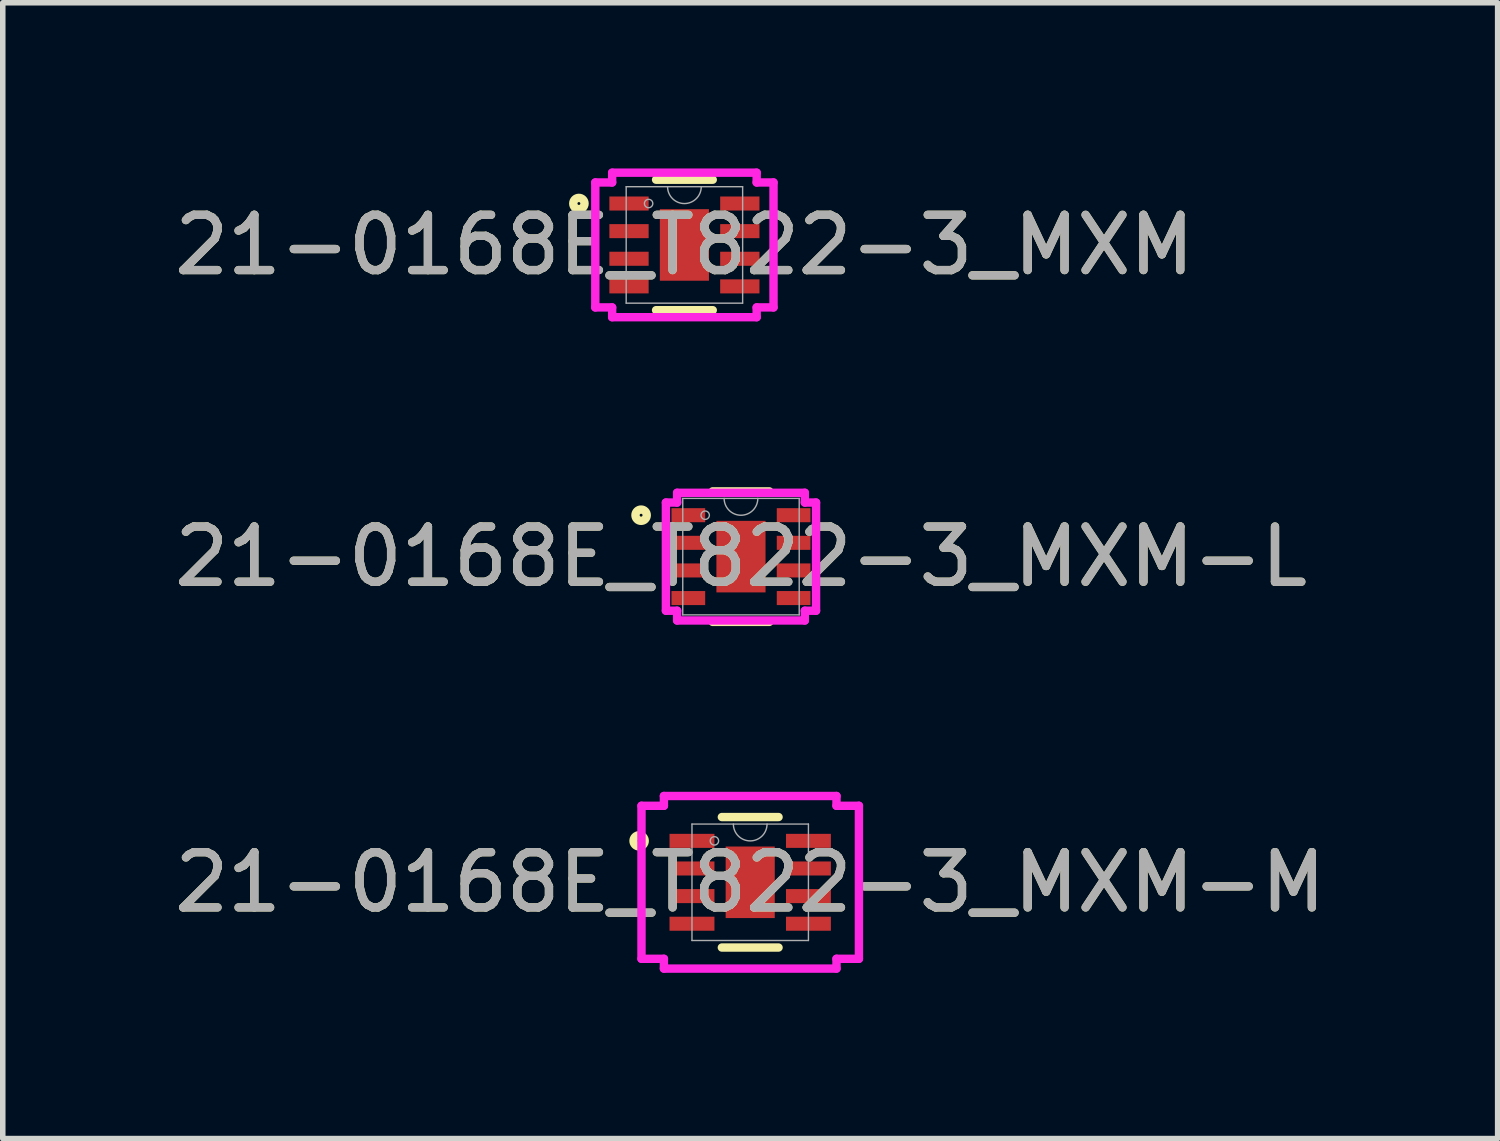
<source format=kicad_pcb>
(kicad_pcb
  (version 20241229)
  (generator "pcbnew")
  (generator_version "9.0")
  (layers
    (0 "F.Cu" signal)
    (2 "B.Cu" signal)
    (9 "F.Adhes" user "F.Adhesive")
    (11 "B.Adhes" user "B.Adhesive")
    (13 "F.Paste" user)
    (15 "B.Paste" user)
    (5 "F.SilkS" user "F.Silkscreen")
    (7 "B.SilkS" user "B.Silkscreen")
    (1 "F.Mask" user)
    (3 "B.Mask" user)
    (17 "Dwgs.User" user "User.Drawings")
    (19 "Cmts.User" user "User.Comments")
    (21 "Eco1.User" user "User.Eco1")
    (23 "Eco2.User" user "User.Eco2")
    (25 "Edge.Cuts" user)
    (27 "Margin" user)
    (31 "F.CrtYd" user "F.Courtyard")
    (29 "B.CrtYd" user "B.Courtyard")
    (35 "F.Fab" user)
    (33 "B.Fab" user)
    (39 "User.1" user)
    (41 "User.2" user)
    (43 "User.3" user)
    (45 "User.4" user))
  (footprint "21-0168E_T822-3_MXM-M"
    (layer "F.Cu")
    (at 10.53 12.921)
    (property "Reference" "21-0168E_T822-3_MXM-M" (at 0 0 0) (unlocked yes) (layer "F.SilkS") (effects (font (size 1 1) (thickness 0.15))))
    (attr smd)
    (fp_line (start -0.513 1.181) (end 0.513 1.181) (stroke (width 0.152) (type solid)) (layer "F.SilkS"))
    (fp_line (start 0.513 -1.181) (end -0.513 -1.181) (stroke (width 0.152) (type solid)) (layer "F.SilkS"))
    (fp_circle (center -2.011 -0.75) (end -1.91 -0.75) (stroke (width 0.152) (type solid)) (fill no) (layer "F.SilkS"))
    (fp_line (start -1.968 -1.385) (end -1.562 -1.385) (stroke (width 0.152) (type solid)) (layer "F.CrtYd"))
    (fp_line (start -1.968 1.385) (end -1.968 -1.385) (stroke (width 0.152) (type solid)) (layer "F.CrtYd"))
    (fp_line (start -1.968 1.385) (end -1.562 1.385) (stroke (width 0.152) (type solid)) (layer "F.CrtYd"))
    (fp_line (start -1.562 -1.562) (end 1.562 -1.562) (stroke (width 0.152) (type solid)) (layer "F.CrtYd"))
    (fp_line (start -1.562 -1.385) (end -1.562 -1.562) (stroke (width 0.152) (type solid)) (layer "F.CrtYd"))
    (fp_line (start -1.562 1.562) (end -1.562 1.385) (stroke (width 0.152) (type solid)) (layer "F.CrtYd"))
    (fp_line (start 1.562 -1.562) (end 1.562 -1.385) (stroke (width 0.152) (type solid)) (layer "F.CrtYd"))
    (fp_line (start 1.562 1.385) (end 1.562 1.562) (stroke (width 0.152) (type solid)) (layer "F.CrtYd"))
    (fp_line (start 1.562 1.562) (end -1.562 1.562) (stroke (width 0.152) (type solid)) (layer "F.CrtYd"))
    (fp_line (start 1.968 -1.385) (end 1.562 -1.385) (stroke (width 0.152) (type solid)) (layer "F.CrtYd"))
    (fp_line (start 1.968 -1.385) (end 1.968 1.385) (stroke (width 0.152) (type solid)) (layer "F.CrtYd"))
    (fp_line (start 1.968 1.385) (end 1.562 1.385) (stroke (width 0.152) (type solid)) (layer "F.CrtYd"))
    (fp_line (start -1.054 -1.054) (end -1.054 1.054) (stroke (width 0.025) (type solid)) (layer "F.Fab"))
    (fp_line (start -1.054 1.054) (end 1.054 1.054) (stroke (width 0.025) (type solid)) (layer "F.Fab"))
    (fp_line (start 1.054 -1.054) (end -1.054 -1.054) (stroke (width 0.025) (type solid)) (layer "F.Fab"))
    (fp_line (start 1.054 1.054) (end 1.054 -1.054) (stroke (width 0.025) (type solid)) (layer "F.Fab"))
    (fp_arc (start 0.3048 -1.0541) (mid 0 -0.7493) (end -0.3048 -1.0541) (stroke (width 0.0254) (type solid)) (layer "F.Fab"))
    (fp_circle (center -0.648 -0.75) (end -0.572 -0.75) (stroke (width 0.025) (type solid)) (fill no) (layer "F.Fab"))
    (fp_text user "${REFERENCE}" (at 0 0 0) (unlocked yes) (layer "F.Fab") (effects (font (size 1 1) (thickness 0.15))))
    (pad "1" smd rect (at -1.054 -0.75) (size 0.813 0.254) (layers "F.Cu" "F.Mask" "F.Paste"))
    (pad "2" smd rect (at -1.054 -0.25) (size 0.813 0.254) (layers "F.Cu" "F.Mask" "F.Paste"))
    (pad "3" smd rect (at -1.054 0.25) (size 0.813 0.254) (layers "F.Cu" "F.Mask" "F.Paste"))
    (pad "4" smd rect (at -1.054 0.75) (size 0.813 0.254) (layers "F.Cu" "F.Mask" "F.Paste"))
    (pad "5" smd rect (at 1.054 0.75) (size 0.813 0.254) (layers "F.Cu" "F.Mask" "F.Paste"))
    (pad "6" smd rect (at 1.054 0.25) (size 0.813 0.254) (layers "F.Cu" "F.Mask" "F.Paste"))
    (pad "7" smd rect (at 1.054 -0.25) (size 0.813 0.254) (layers "F.Cu" "F.Mask" "F.Paste"))
    (pad "8" smd rect (at 1.054 -0.75) (size 0.813 0.254) (layers "F.Cu" "F.Mask" "F.Paste"))
    (pad "9" smd rect (at 0 0) (size 0.889 1.295) (layers "F.Cu" "F.Mask" "F.Paste")))
  (footprint "21-0168E_T822-3_MXM-L"
    (layer "F.Cu")
    (at 10.363 7.026)
    (property "Reference" "21-0168E_T822-3_MXM-L" (at 0 0 0) (unlocked yes) (layer "F.SilkS") (effects (font (size 1 1) (thickness 0.15))))
    (attr smd)
    (fp_line (start -0.513 1.181) (end 0.513 1.181) (stroke (width 0.152) (type solid)) (layer "F.SilkS"))
    (fp_line (start 0.513 -1.181) (end -0.513 -1.181) (stroke (width 0.152) (type solid)) (layer "F.SilkS"))
    (fp_circle (center -1.808 -0.75) (end -1.706 -0.75) (stroke (width 0.152) (type solid)) (fill no) (layer "F.SilkS"))
    (fp_line (start -1.359 -0.979) (end -1.156 -0.979) (stroke (width 0.152) (type solid)) (layer "F.CrtYd"))
    (fp_line (start -1.359 0.979) (end -1.359 -0.979) (stroke (width 0.152) (type solid)) (layer "F.CrtYd"))
    (fp_line (start -1.359 0.979) (end -1.156 0.979) (stroke (width 0.152) (type solid)) (layer "F.CrtYd"))
    (fp_line (start -1.156 -1.156) (end 1.156 -1.156) (stroke (width 0.152) (type solid)) (layer "F.CrtYd"))
    (fp_line (start -1.156 -0.979) (end -1.156 -1.156) (stroke (width 0.152) (type solid)) (layer "F.CrtYd"))
    (fp_line (start -1.156 1.156) (end -1.156 0.979) (stroke (width 0.152) (type solid)) (layer "F.CrtYd"))
    (fp_line (start 1.156 -1.156) (end 1.156 -0.979) (stroke (width 0.152) (type solid)) (layer "F.CrtYd"))
    (fp_line (start 1.156 0.979) (end 1.156 1.156) (stroke (width 0.152) (type solid)) (layer "F.CrtYd"))
    (fp_line (start 1.156 1.156) (end -1.156 1.156) (stroke (width 0.152) (type solid)) (layer "F.CrtYd"))
    (fp_line (start 1.359 -0.979) (end 1.156 -0.979) (stroke (width 0.152) (type solid)) (layer "F.CrtYd"))
    (fp_line (start 1.359 -0.979) (end 1.359 0.979) (stroke (width 0.152) (type solid)) (layer "F.CrtYd"))
    (fp_line (start 1.359 0.979) (end 1.156 0.979) (stroke (width 0.152) (type solid)) (layer "F.CrtYd"))
    (fp_line (start -1.054 -1.054) (end -1.054 1.054) (stroke (width 0.025) (type solid)) (layer "F.Fab"))
    (fp_line (start -1.054 1.054) (end 1.054 1.054) (stroke (width 0.025) (type solid)) (layer "F.Fab"))
    (fp_line (start 1.054 -1.054) (end -1.054 -1.054) (stroke (width 0.025) (type solid)) (layer "F.Fab"))
    (fp_line (start 1.054 1.054) (end 1.054 -1.054) (stroke (width 0.025) (type solid)) (layer "F.Fab"))
    (fp_arc (start 0.3048 -1.0541) (mid 0 -0.7493) (end -0.3048 -1.0541) (stroke (width 0.0254) (type solid)) (layer "F.Fab"))
    (fp_circle (center -0.648 -0.75) (end -0.572 -0.75) (stroke (width 0.025) (type solid)) (fill no) (layer "F.Fab"))
    (fp_text user "${REFERENCE}" (at 0 0 0) (unlocked yes) (layer "F.Fab") (effects (font (size 1 1) (thickness 0.15))))
    (pad "1" smd rect (at -0.953 -0.75) (size 0.61 0.254) (layers "F.Cu" "F.Mask" "F.Paste"))
    (pad "2" smd rect (at -0.953 -0.25) (size 0.61 0.254) (layers "F.Cu" "F.Mask" "F.Paste"))
    (pad "3" smd rect (at -0.953 0.25) (size 0.61 0.254) (layers "F.Cu" "F.Mask" "F.Paste"))
    (pad "4" smd rect (at -0.953 0.75) (size 0.61 0.254) (layers "F.Cu" "F.Mask" "F.Paste"))
    (pad "5" smd rect (at 0.953 0.75) (size 0.61 0.254) (layers "F.Cu" "F.Mask" "F.Paste"))
    (pad "6" smd rect (at 0.953 0.25) (size 0.61 0.254) (layers "F.Cu" "F.Mask" "F.Paste"))
    (pad "7" smd rect (at 0.953 -0.25) (size 0.61 0.254) (layers "F.Cu" "F.Mask" "F.Paste"))
    (pad "8" smd rect (at 0.953 -0.75) (size 0.61 0.254) (layers "F.Cu" "F.Mask" "F.Paste"))
    (pad "9" smd rect (at 0 0) (size 0.889 1.295) (layers "F.Cu" "F.Mask" "F.Paste")))
  (footprint "21-0168E_T822-3_MXM"
    (layer "F.Cu")
    (at 9.339 1.384)
    (property "Reference" "21-0168E_T822-3_MXM" (at 0 0 0) (unlocked yes) (layer "F.SilkS") (effects (font (size 1 1) (thickness 0.15))))
    (attr smd)
    (fp_line (start -0.513 1.181) (end 0.513 1.181) (stroke (width 0.152) (type solid)) (layer "F.SilkS"))
    (fp_line (start 0.513 -1.181) (end -0.513 -1.181) (stroke (width 0.152) (type solid)) (layer "F.SilkS"))
    (fp_circle (center -1.91 -0.75) (end -1.808 -0.75) (stroke (width 0.152) (type solid)) (fill no) (layer "F.SilkS"))
    (fp_line (start -1.613 -1.131) (end -1.308 -1.131) (stroke (width 0.152) (type solid)) (layer "F.CrtYd"))
    (fp_line (start -1.613 1.131) (end -1.613 -1.131) (stroke (width 0.152) (type solid)) (layer "F.CrtYd"))
    (fp_line (start -1.613 1.131) (end -1.308 1.131) (stroke (width 0.152) (type solid)) (layer "F.CrtYd"))
    (fp_line (start -1.308 -1.308) (end 1.308 -1.308) (stroke (width 0.152) (type solid)) (layer "F.CrtYd"))
    (fp_line (start -1.308 -1.131) (end -1.308 -1.308) (stroke (width 0.152) (type solid)) (layer "F.CrtYd"))
    (fp_line (start -1.308 1.308) (end -1.308 1.131) (stroke (width 0.152) (type solid)) (layer "F.CrtYd"))
    (fp_line (start 1.308 -1.308) (end 1.308 -1.131) (stroke (width 0.152) (type solid)) (layer "F.CrtYd"))
    (fp_line (start 1.308 1.131) (end 1.308 1.308) (stroke (width 0.152) (type solid)) (layer "F.CrtYd"))
    (fp_line (start 1.308 1.308) (end -1.308 1.308) (stroke (width 0.152) (type solid)) (layer "F.CrtYd"))
    (fp_line (start 1.613 -1.131) (end 1.308 -1.131) (stroke (width 0.152) (type solid)) (layer "F.CrtYd"))
    (fp_line (start 1.613 -1.131) (end 1.613 1.131) (stroke (width 0.152) (type solid)) (layer "F.CrtYd"))
    (fp_line (start 1.613 1.131) (end 1.308 1.131) (stroke (width 0.152) (type solid)) (layer "F.CrtYd"))
    (fp_line (start -1.054 -1.054) (end -1.054 1.054) (stroke (width 0.025) (type solid)) (layer "F.Fab"))
    (fp_line (start -1.054 1.054) (end 1.054 1.054) (stroke (width 0.025) (type solid)) (layer "F.Fab"))
    (fp_line (start 1.054 -1.054) (end -1.054 -1.054) (stroke (width 0.025) (type solid)) (layer "F.Fab"))
    (fp_line (start 1.054 1.054) (end 1.054 -1.054) (stroke (width 0.025) (type solid)) (layer "F.Fab"))
    (fp_arc (start 0.3048 -1.0541) (mid 0 -0.7493) (end -0.3048 -1.0541) (stroke (width 0.0254) (type solid)) (layer "F.Fab"))
    (fp_circle (center -0.648 -0.75) (end -0.572 -0.75) (stroke (width 0.025) (type solid)) (fill no) (layer "F.Fab"))
    (fp_text user "${REFERENCE}" (at 0 0 0) (unlocked yes) (layer "F.Fab") (effects (font (size 1 1) (thickness 0.15))))
    (pad "1" smd rect (at -1.003 -0.75) (size 0.711 0.254) (layers "F.Cu" "F.Mask" "F.Paste"))
    (pad "2" smd rect (at -1.003 -0.25) (size 0.711 0.254) (layers "F.Cu" "F.Mask" "F.Paste"))
    (pad "3" smd rect (at -1.003 0.25) (size 0.711 0.254) (layers "F.Cu" "F.Mask" "F.Paste"))
    (pad "4" smd rect (at -1.003 0.75) (size 0.711 0.254) (layers "F.Cu" "F.Mask" "F.Paste"))
    (pad "5" smd rect (at 1.003 0.75) (size 0.711 0.254) (layers "F.Cu" "F.Mask" "F.Paste"))
    (pad "6" smd rect (at 1.003 0.25) (size 0.711 0.254) (layers "F.Cu" "F.Mask" "F.Paste"))
    (pad "7" smd rect (at 1.003 -0.25) (size 0.711 0.254) (layers "F.Cu" "F.Mask" "F.Paste"))
    (pad "8" smd rect (at 1.003 -0.75) (size 0.711 0.254) (layers "F.Cu" "F.Mask" "F.Paste"))
    (pad "9" smd rect (at 0 0) (size 0.889 1.295) (layers "F.Cu" "F.Mask" "F.Paste")))
  (gr_rect
    (start -3 -3)
    (end 24.06 17.56)
    (stroke (width 0.1) (type default))
    (fill no)
    (layer "Edge.Cuts")))
</source>
